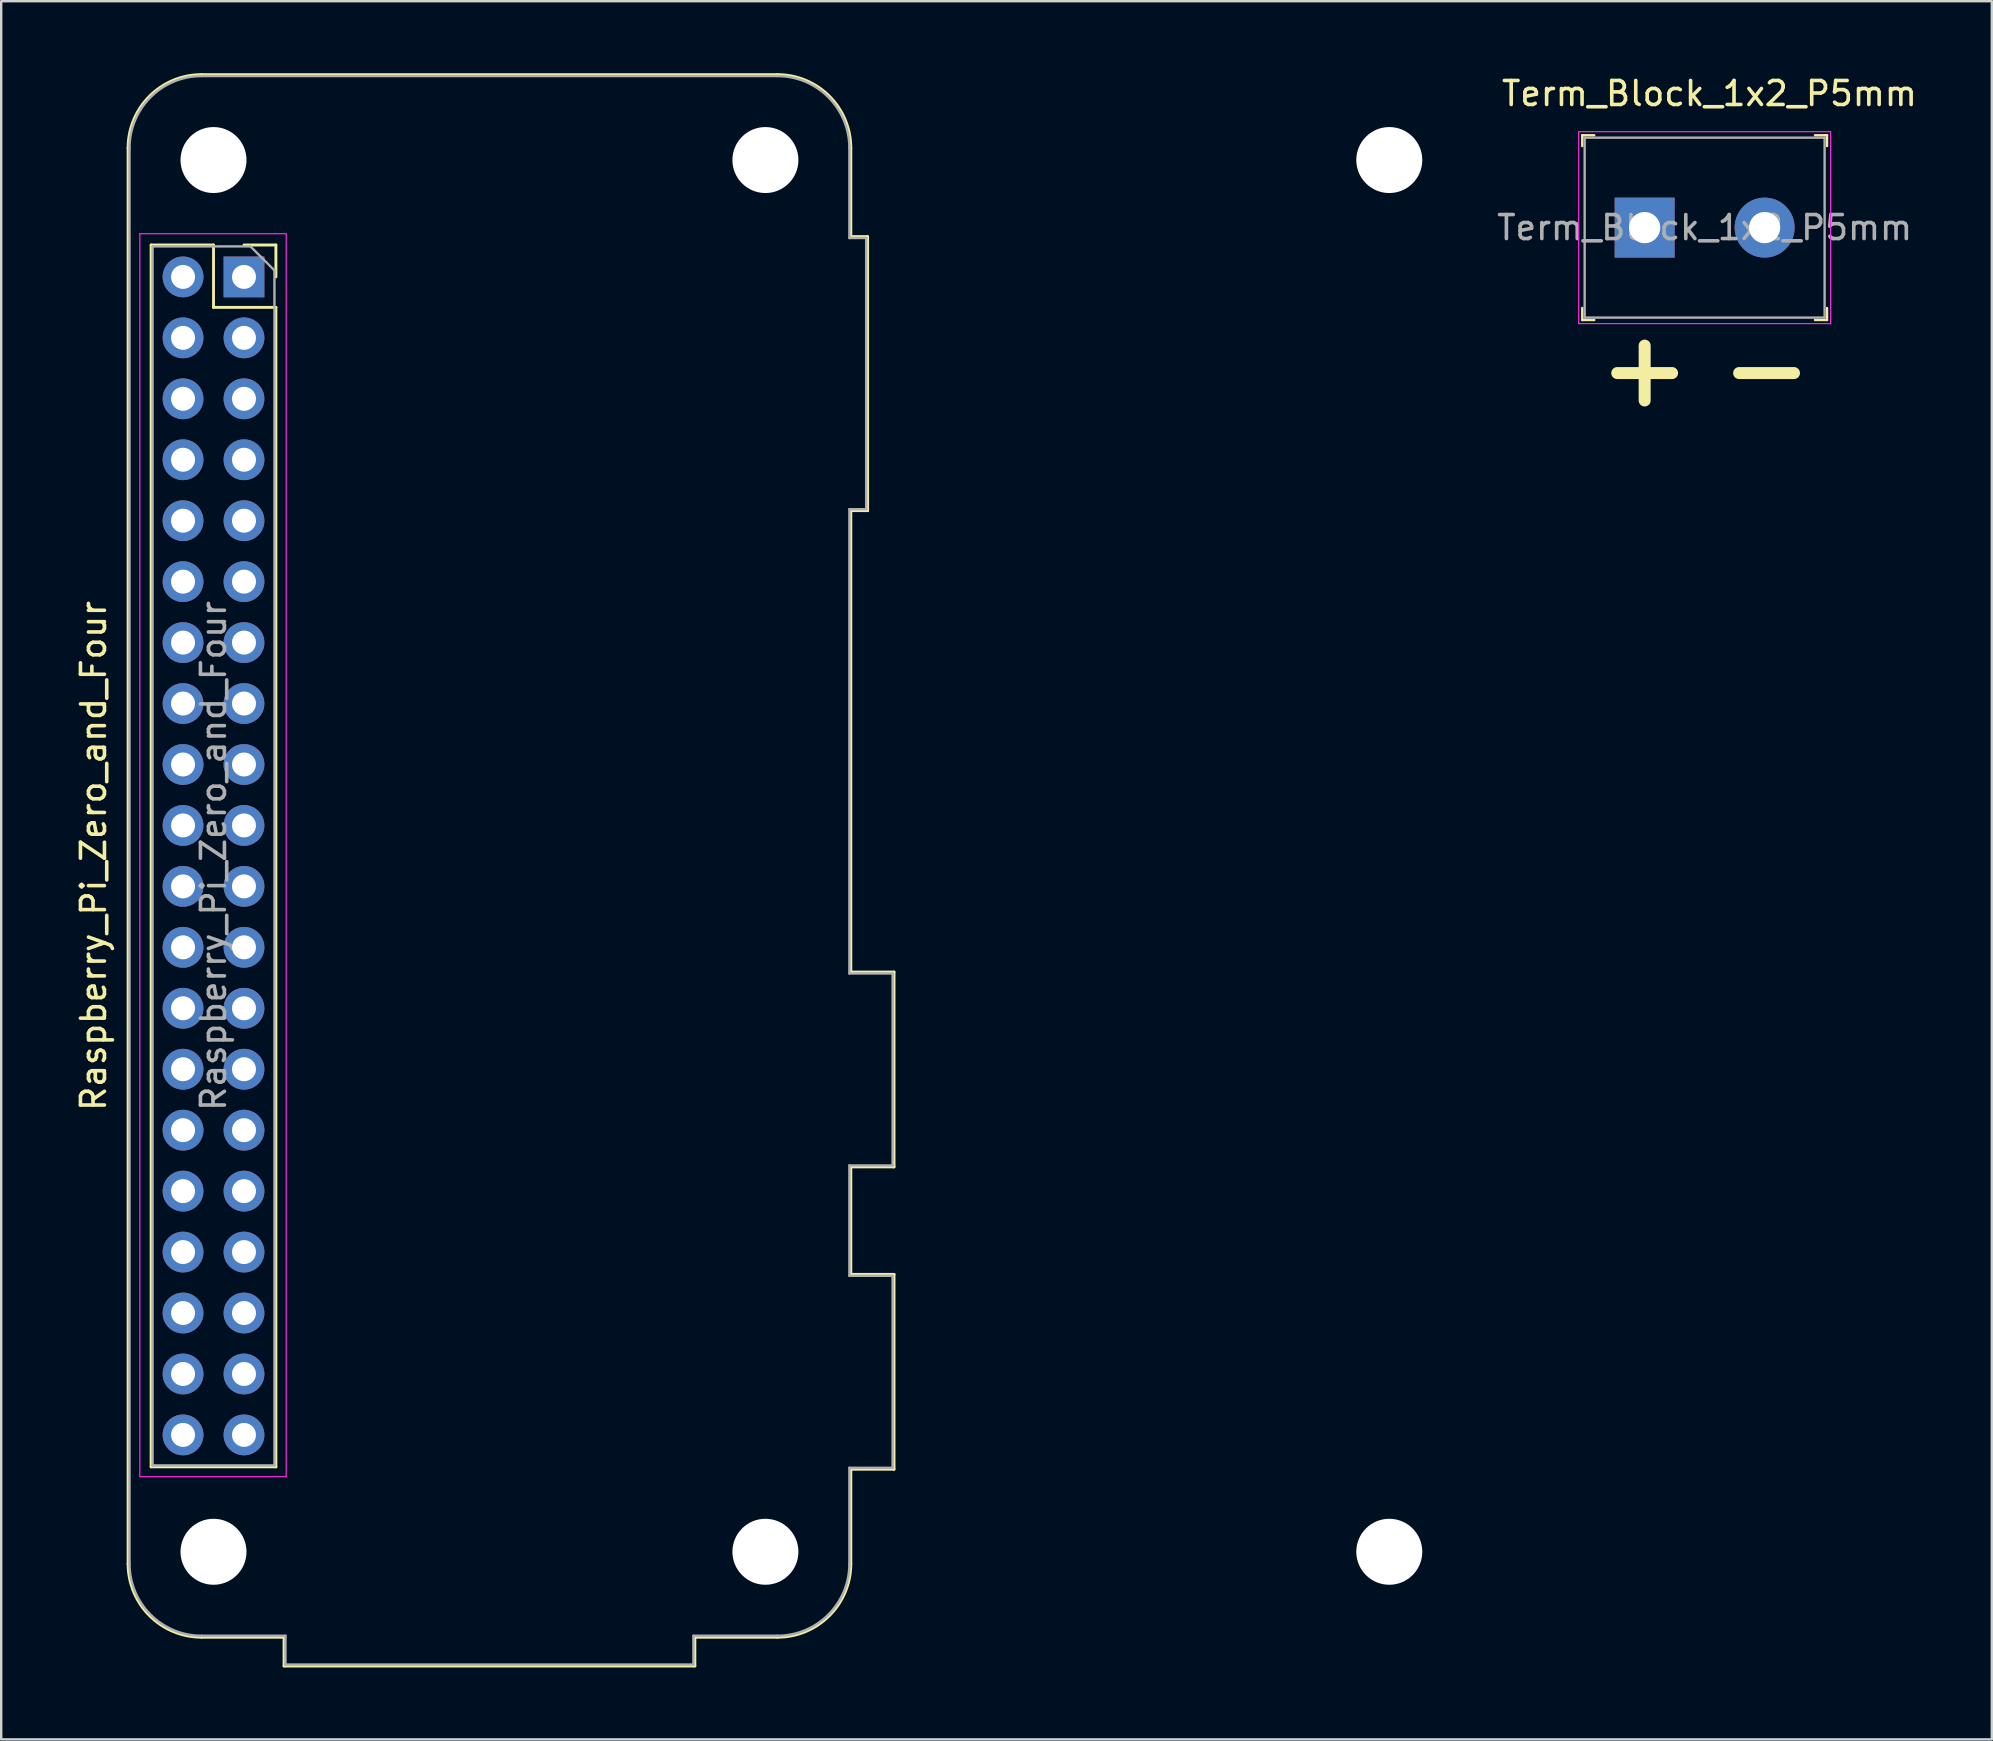
<source format=kicad_pcb>
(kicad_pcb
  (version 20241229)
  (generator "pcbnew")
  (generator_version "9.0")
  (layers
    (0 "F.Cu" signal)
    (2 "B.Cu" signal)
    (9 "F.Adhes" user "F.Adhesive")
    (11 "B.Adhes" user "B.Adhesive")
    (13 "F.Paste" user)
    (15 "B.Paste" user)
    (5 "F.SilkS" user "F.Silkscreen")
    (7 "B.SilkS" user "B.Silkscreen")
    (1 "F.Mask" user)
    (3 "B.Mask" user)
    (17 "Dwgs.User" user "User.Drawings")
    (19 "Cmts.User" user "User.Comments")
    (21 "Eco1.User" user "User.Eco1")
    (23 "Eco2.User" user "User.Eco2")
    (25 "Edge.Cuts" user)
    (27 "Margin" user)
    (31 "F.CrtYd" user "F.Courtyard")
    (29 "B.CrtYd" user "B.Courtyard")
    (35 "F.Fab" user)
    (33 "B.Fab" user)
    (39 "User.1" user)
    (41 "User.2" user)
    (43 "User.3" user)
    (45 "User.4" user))
  (footprint "Term_Block_1x2_P5mm"
    (layer "F.Cu")
    (at 65.491 6.436)
    (property "Reference" "Term_Block_1x2_P5mm" (at 2.7 -5.588 0) (layer "F.SilkS") (effects (font (size 1 1) (thickness 0.15))))
    (attr through_hole)
    (fp_line (start -2.6 -3.85) (end -2.6 -3.4) (stroke (width 0.1) (type solid)) (layer "F.SilkS"))
    (fp_line (start -2.6 -3.85) (end -2.1 -3.85) (stroke (width 0.1) (type solid)) (layer "F.SilkS"))
    (fp_line (start -2.6 3.85) (end -2.6 3.35) (stroke (width 0.1) (type solid)) (layer "F.SilkS"))
    (fp_line (start -2.6 3.85) (end -2.1 3.85) (stroke (width 0.1) (type solid)) (layer "F.SilkS"))
    (fp_line (start 7.6 -3.85) (end 7.1 -3.85) (stroke (width 0.1) (type solid)) (layer "F.SilkS"))
    (fp_line (start 7.6 -3.85) (end 7.6 -3.4) (stroke (width 0.1) (type solid)) (layer "F.SilkS"))
    (fp_line (start 7.6 3.85) (end 7.1 3.85) (stroke (width 0.1) (type solid)) (layer "F.SilkS"))
    (fp_line (start 7.6 3.85) (end 7.6 3.35) (stroke (width 0.1) (type solid)) (layer "F.SilkS"))
    (fp_line (start -2.75 -4) (end -2.75 4) (stroke (width 0.05) (type solid)) (layer "F.CrtYd"))
    (fp_line (start -2.75 -4) (end 7.75 -4) (stroke (width 0.05) (type solid)) (layer "F.CrtYd"))
    (fp_line (start -2.75 4) (end 7.75 4) (stroke (width 0.05) (type solid)) (layer "F.CrtYd"))
    (fp_line (start 7.75 -4) (end 7.75 4) (stroke (width 0.05) (type solid)) (layer "F.CrtYd"))
    (fp_line (start -2.5 -3.75) (end -2.5 3.75) (stroke (width 0.1) (type solid)) (layer "F.Fab"))
    (fp_line (start 7.5 -3.75) (end -2.5 -3.75) (stroke (width 0.1) (type solid)) (layer "F.Fab"))
    (fp_line (start 7.5 -3.75) (end 7.5 3.75) (stroke (width 0.1) (type solid)) (layer "F.Fab"))
    (fp_line (start 7.5 3.75) (end -2.5 3.75) (stroke (width 0.1) (type solid)) (layer "F.Fab"))
    (fp_text user "-" (at 5.08 5.842 0) (layer "F.SilkS") (effects (font (size 3 3) (thickness 0.5))))
    (fp_text user "+" (at 0 5.842 0) (layer "F.SilkS") (effects (font (size 3 3) (thickness 0.5))))
    (fp_text user "${REFERENCE}" (at 2.5 0 0) (layer "F.Fab") (effects (font (size 1 1) (thickness 0.15))))
    (pad "1" thru_hole rect (at 0 0) (size 2.5 2.5) (drill 1.3) (layers "*.Cu" "*.Mask"))
    (pad "2" thru_hole circle (at 5 0) (size 2.5 2.5) (drill 1.3) (layers "*.Cu" "*.Mask")))
  (footprint "Raspberry_Pi_Zero_and_Four"
    (layer "F.Cu")
    (at 7.118 8.49)
    (property "Reference" "Raspberry_Pi_Zero_and_Four" (at -6.27 24.13 90) (layer "F.SilkS") (effects (font (size 1 1) (thickness 0.15))))
    (attr through_hole)
    (fp_line (start -4.83 53.63) (end -4.83 -5.37) (stroke (width 0.12) (type solid)) (layer "F.SilkS"))
    (fp_line (start -3.87 -1.33) (end -3.87 49.59) (stroke (width 0.12) (type solid)) (layer "F.SilkS"))
    (fp_line (start -3.87 -1.33) (end -1.27 -1.33) (stroke (width 0.12) (type solid)) (layer "F.SilkS"))
    (fp_line (start -3.87 49.59) (end 1.33 49.59) (stroke (width 0.12) (type solid)) (layer "F.SilkS"))
    (fp_line (start -1.77 -8.43) (end 22.23 -8.43) (stroke (width 0.12) (type solid)) (layer "F.SilkS"))
    (fp_line (start -1.27 -1.33) (end -1.27 1.27) (stroke (width 0.12) (type solid)) (layer "F.SilkS"))
    (fp_line (start -1.27 1.27) (end 1.33 1.27) (stroke (width 0.12) (type solid)) (layer "F.SilkS"))
    (fp_line (start 0 -1.33) (end 1.33 -1.33) (stroke (width 0.12) (type solid)) (layer "F.SilkS"))
    (fp_line (start 1.33 -1.33) (end 1.33 0) (stroke (width 0.12) (type solid)) (layer "F.SilkS"))
    (fp_line (start 1.33 1.27) (end 1.33 49.59) (stroke (width 0.12) (type solid)) (layer "F.SilkS"))
    (fp_line (start 1.67 56.69) (end -1.77 56.69) (stroke (width 0.12) (type solid)) (layer "F.SilkS"))
    (fp_line (start 1.67 56.69) (end 1.67 57.89) (stroke (width 0.12) (type solid)) (layer "F.SilkS"))
    (fp_line (start 1.67 57.89) (end 18.79 57.89) (stroke (width 0.12) (type solid)) (layer "F.SilkS"))
    (fp_line (start 18.79 56.69) (end 22.23 56.69) (stroke (width 0.12) (type solid)) (layer "F.SilkS"))
    (fp_line (start 18.79 57.89) (end 18.79 56.69) (stroke (width 0.12) (type solid)) (layer "F.SilkS"))
    (fp_line (start 25.29 -1.68) (end 25.29 -5.37) (stroke (width 0.12) (type solid)) (layer "F.SilkS"))
    (fp_line (start 25.29 9.74) (end 25.99 9.74) (stroke (width 0.12) (type solid)) (layer "F.SilkS"))
    (fp_line (start 25.29 28.97) (end 25.29 9.74) (stroke (width 0.12) (type solid)) (layer "F.SilkS"))
    (fp_line (start 25.29 37.09) (end 27.09 37.09) (stroke (width 0.12) (type solid)) (layer "F.SilkS"))
    (fp_line (start 25.29 41.57) (end 25.29 37.09) (stroke (width 0.12) (type solid)) (layer "F.SilkS"))
    (fp_line (start 25.29 49.69) (end 27.09 49.69) (stroke (width 0.12) (type solid)) (layer "F.SilkS"))
    (fp_line (start 25.29 53.63) (end 25.29 49.69) (stroke (width 0.12) (type solid)) (layer "F.SilkS"))
    (fp_line (start 25.99 -1.68) (end 25.29 -1.68) (stroke (width 0.12) (type solid)) (layer "F.SilkS"))
    (fp_line (start 25.99 9.74) (end 25.99 -1.68) (stroke (width 0.12) (type solid)) (layer "F.SilkS"))
    (fp_line (start 27.09 28.97) (end 25.29 28.97) (stroke (width 0.12) (type solid)) (layer "F.SilkS"))
    (fp_line (start 27.09 37.09) (end 27.09 28.97) (stroke (width 0.12) (type solid)) (layer "F.SilkS"))
    (fp_line (start 27.09 41.57) (end 25.29 41.57) (stroke (width 0.12) (type solid)) (layer "F.SilkS"))
    (fp_line (start 27.09 49.69) (end 27.09 41.57) (stroke (width 0.12) (type solid)) (layer "F.SilkS"))
    (fp_arc (start -4.83 -5.37) (mid -3.933747 -7.533747) (end -1.77 -8.43) (stroke (width 0.12) (type solid)) (layer "F.SilkS"))
    (fp_arc (start -1.77 56.69) (mid -3.933747 55.793747) (end -4.83 53.63) (stroke (width 0.12) (type solid)) (layer "F.SilkS"))
    (fp_arc (start 22.23 -8.43) (mid 24.393747 -7.533747) (end 25.29 -5.37) (stroke (width 0.12) (type solid)) (layer "F.SilkS"))
    (fp_arc (start 25.29 53.63) (mid 24.393747 55.793747) (end 22.23 56.69) (stroke (width 0.12) (type solid)) (layer "F.SilkS"))
    (fp_line (start -4.34 -1.8) (end 1.76 -1.8) (stroke (width 0.05) (type solid)) (layer "F.CrtYd"))
    (fp_line (start -4.34 50) (end -4.34 -1.8) (stroke (width 0.05) (type solid)) (layer "F.CrtYd"))
    (fp_line (start 1.76 -1.8) (end 1.76 50) (stroke (width 0.05) (type solid)) (layer "F.CrtYd"))
    (fp_line (start 1.76 50) (end -4.34 50) (stroke (width 0.05) (type solid)) (layer "F.CrtYd"))
    (fp_line (start -4.77 53.63) (end -4.77 -5.37) (stroke (width 0.1) (type solid)) (layer "F.Fab"))
    (fp_line (start -3.81 -1.27) (end 0.27 -1.27) (stroke (width 0.1) (type solid)) (layer "F.Fab"))
    (fp_line (start -3.81 49.53) (end -3.81 -1.27) (stroke (width 0.1) (type solid)) (layer "F.Fab"))
    (fp_line (start -1.77 -8.37) (end 22.23 -8.37) (stroke (width 0.1) (type solid)) (layer "F.Fab"))
    (fp_line (start -1.77 56.63) (end 1.73 56.63) (stroke (width 0.1) (type solid)) (layer "F.Fab"))
    (fp_line (start 0.27 -1.27) (end 1.27 -0.27) (stroke (width 0.1) (type solid)) (layer "F.Fab"))
    (fp_line (start 1.27 -0.27) (end 1.27 49.53) (stroke (width 0.1) (type solid)) (layer "F.Fab"))
    (fp_line (start 1.27 49.53) (end -3.81 49.53) (stroke (width 0.1) (type solid)) (layer "F.Fab"))
    (fp_line (start 1.73 56.63) (end 1.73 57.83) (stroke (width 0.1) (type solid)) (layer "F.Fab"))
    (fp_line (start 1.73 57.83) (end 18.73 57.83) (stroke (width 0.1) (type solid)) (layer "F.Fab"))
    (fp_line (start 18.73 56.63) (end 18.73 57.83) (stroke (width 0.1) (type solid)) (layer "F.Fab"))
    (fp_line (start 22.23 56.63) (end 18.73 56.63) (stroke (width 0.1) (type solid)) (layer "F.Fab"))
    (fp_line (start 25.23 -1.62) (end 25.23 -5.37) (stroke (width 0.1) (type solid)) (layer "F.Fab"))
    (fp_line (start 25.23 -1.62) (end 25.93 -1.62) (stroke (width 0.1) (type solid)) (layer "F.Fab"))
    (fp_line (start 25.23 9.68) (end 25.93 9.68) (stroke (width 0.1) (type solid)) (layer "F.Fab"))
    (fp_line (start 25.23 29.03) (end 25.23 9.68) (stroke (width 0.1) (type solid)) (layer "F.Fab"))
    (fp_line (start 25.23 37.03) (end 27.03 37.03) (stroke (width 0.1) (type solid)) (layer "F.Fab"))
    (fp_line (start 25.23 41.63) (end 25.23 37.03) (stroke (width 0.1) (type solid)) (layer "F.Fab"))
    (fp_line (start 25.23 49.63) (end 25.23 53.63) (stroke (width 0.1) (type solid)) (layer "F.Fab"))
    (fp_line (start 25.23 49.63) (end 27.03 49.63) (stroke (width 0.1) (type solid)) (layer "F.Fab"))
    (fp_line (start 25.93 9.68) (end 25.93 -1.62) (stroke (width 0.1) (type solid)) (layer "F.Fab"))
    (fp_line (start 27.03 29.03) (end 25.23 29.03) (stroke (width 0.1) (type solid)) (layer "F.Fab"))
    (fp_line (start 27.03 37.03) (end 27.03 29.03) (stroke (width 0.1) (type solid)) (layer "F.Fab"))
    (fp_line (start 27.03 41.63) (end 25.23 41.63) (stroke (width 0.1) (type solid)) (layer "F.Fab"))
    (fp_line (start 27.03 49.63) (end 27.03 41.63) (stroke (width 0.1) (type solid)) (layer "F.Fab"))
    (fp_arc (start -4.77 -5.37) (mid -3.89132 -7.49132) (end -1.77 -8.37) (stroke (width 0.1) (type solid)) (layer "F.Fab"))
    (fp_arc (start -1.77 56.63) (mid -3.89132 55.75132) (end -4.77 53.63) (stroke (width 0.1) (type solid)) (layer "F.Fab"))
    (fp_arc (start 22.23 -8.37) (mid 24.35132 -7.49132) (end 25.23 -5.37) (stroke (width 0.1) (type solid)) (layer "F.Fab"))
    (fp_arc (start 25.23 53.63) (mid 24.35132 55.75132) (end 22.23 56.63) (stroke (width 0.1) (type solid)) (layer "F.Fab"))
    (fp_text user "${REFERENCE}" (at -1.27 24.13 90) (layer "F.Fab") (effects (font (size 1 1) (thickness 0.15))))
    (pad "" np_thru_hole circle (at -1.27 -4.87 90) (size 2.75 2.75) (drill 2.75) (layers "*.Cu"))
    (pad "" np_thru_hole circle (at -1.27 53.13 90) (size 2.75 2.75) (drill 2.75) (layers "*.Cu"))
    (pad "" np_thru_hole circle (at 21.73 -4.87 90) (size 2.75 2.75) (drill 2.75) (layers "*.Cu"))
    (pad "" np_thru_hole circle (at 21.73 53.13 90) (size 2.75 2.75) (drill 2.75) (layers "*.Cu"))
    (pad "" np_thru_hole circle (at 47.73 -4.87 90) (size 2.75 2.75) (drill 2.75) (layers "*.Cu"))
    (pad "" np_thru_hole circle (at 47.73 53.13 90) (size 2.75 2.75) (drill 2.75) (layers "*.Cu"))
    (pad "1" thru_hole rect (at 0 0) (size 1.7 1.7) (drill 1) (layers "*.Cu" "*.Mask"))
    (pad "2" thru_hole oval (at -2.54 0) (size 1.7 1.7) (drill 1) (layers "*.Cu" "*.Mask"))
    (pad "3" thru_hole oval (at 0 2.54) (size 1.7 1.7) (drill 1) (layers "*.Cu" "*.Mask"))
    (pad "4" thru_hole oval (at -2.54 2.54) (size 1.7 1.7) (drill 1) (layers "*.Cu" "*.Mask"))
    (pad "5" thru_hole oval (at 0 5.08) (size 1.7 1.7) (drill 1) (layers "*.Cu" "*.Mask"))
    (pad "6" thru_hole oval (at -2.54 5.08) (size 1.7 1.7) (drill 1) (layers "*.Cu" "*.Mask"))
    (pad "7" thru_hole oval (at 0 7.62) (size 1.7 1.7) (drill 1) (layers "*.Cu" "*.Mask"))
    (pad "8" thru_hole oval (at -2.54 7.62) (size 1.7 1.7) (drill 1) (layers "*.Cu" "*.Mask"))
    (pad "9" thru_hole oval (at 0 10.16) (size 1.7 1.7) (drill 1) (layers "*.Cu" "*.Mask"))
    (pad "10" thru_hole oval (at -2.54 10.16) (size 1.7 1.7) (drill 1) (layers "*.Cu" "*.Mask"))
    (pad "11" thru_hole oval (at 0 12.7) (size 1.7 1.7) (drill 1) (layers "*.Cu" "*.Mask"))
    (pad "12" thru_hole oval (at -2.54 12.7) (size 1.7 1.7) (drill 1) (layers "*.Cu" "*.Mask"))
    (pad "13" thru_hole oval (at 0 15.24) (size 1.7 1.7) (drill 1) (layers "*.Cu" "*.Mask"))
    (pad "14" thru_hole oval (at -2.54 15.24) (size 1.7 1.7) (drill 1) (layers "*.Cu" "*.Mask"))
    (pad "15" thru_hole oval (at 0 17.78) (size 1.7 1.7) (drill 1) (layers "*.Cu" "*.Mask"))
    (pad "16" thru_hole oval (at -2.54 17.78) (size 1.7 1.7) (drill 1) (layers "*.Cu" "*.Mask"))
    (pad "17" thru_hole oval (at 0 20.32) (size 1.7 1.7) (drill 1) (layers "*.Cu" "*.Mask"))
    (pad "18" thru_hole oval (at -2.54 20.32) (size 1.7 1.7) (drill 1) (layers "*.Cu" "*.Mask"))
    (pad "19" thru_hole oval (at 0 22.86) (size 1.7 1.7) (drill 1) (layers "*.Cu" "*.Mask"))
    (pad "20" thru_hole oval (at -2.54 22.86) (size 1.7 1.7) (drill 1) (layers "*.Cu" "*.Mask"))
    (pad "21" thru_hole oval (at 0 25.4) (size 1.7 1.7) (drill 1) (layers "*.Cu" "*.Mask"))
    (pad "22" thru_hole oval (at -2.54 25.4) (size 1.7 1.7) (drill 1) (layers "*.Cu" "*.Mask"))
    (pad "23" thru_hole oval (at 0 27.94) (size 1.7 1.7) (drill 1) (layers "*.Cu" "*.Mask"))
    (pad "24" thru_hole oval (at -2.54 27.94) (size 1.7 1.7) (drill 1) (layers "*.Cu" "*.Mask"))
    (pad "25" thru_hole oval (at 0 30.48) (size 1.7 1.7) (drill 1) (layers "*.Cu" "*.Mask"))
    (pad "26" thru_hole oval (at -2.54 30.48) (size 1.7 1.7) (drill 1) (layers "*.Cu" "*.Mask"))
    (pad "27" thru_hole oval (at 0 33.02) (size 1.7 1.7) (drill 1) (layers "*.Cu" "*.Mask"))
    (pad "28" thru_hole oval (at -2.54 33.02) (size 1.7 1.7) (drill 1) (layers "*.Cu" "*.Mask"))
    (pad "29" thru_hole oval (at 0 35.56) (size 1.7 1.7) (drill 1) (layers "*.Cu" "*.Mask"))
    (pad "30" thru_hole oval (at -2.54 35.56) (size 1.7 1.7) (drill 1) (layers "*.Cu" "*.Mask"))
    (pad "31" thru_hole oval (at 0 38.1) (size 1.7 1.7) (drill 1) (layers "*.Cu" "*.Mask"))
    (pad "32" thru_hole oval (at -2.54 38.1) (size 1.7 1.7) (drill 1) (layers "*.Cu" "*.Mask"))
    (pad "33" thru_hole oval (at 0 40.64) (size 1.7 1.7) (drill 1) (layers "*.Cu" "*.Mask"))
    (pad "34" thru_hole oval (at -2.54 40.64) (size 1.7 1.7) (drill 1) (layers "*.Cu" "*.Mask"))
    (pad "35" thru_hole oval (at 0 43.18) (size 1.7 1.7) (drill 1) (layers "*.Cu" "*.Mask"))
    (pad "36" thru_hole oval (at -2.54 43.18) (size 1.7 1.7) (drill 1) (layers "*.Cu" "*.Mask"))
    (pad "37" thru_hole oval (at 0 45.72) (size 1.7 1.7) (drill 1) (layers "*.Cu" "*.Mask"))
    (pad "38" thru_hole oval (at -2.54 45.72) (size 1.7 1.7) (drill 1) (layers "*.Cu" "*.Mask"))
    (pad "39" thru_hole oval (at 0 48.26) (size 1.7 1.7) (drill 1) (layers "*.Cu" "*.Mask"))
    (pad "40" thru_hole oval (at -2.54 48.26) (size 1.7 1.7) (drill 1) (layers "*.Cu" "*.Mask")))
  (gr_rect
    (start -3 -3)
    (end 79.959 69.44)
    (stroke (width 0.1) (type default))
    (fill no)
    (layer "Edge.Cuts")))
</source>
